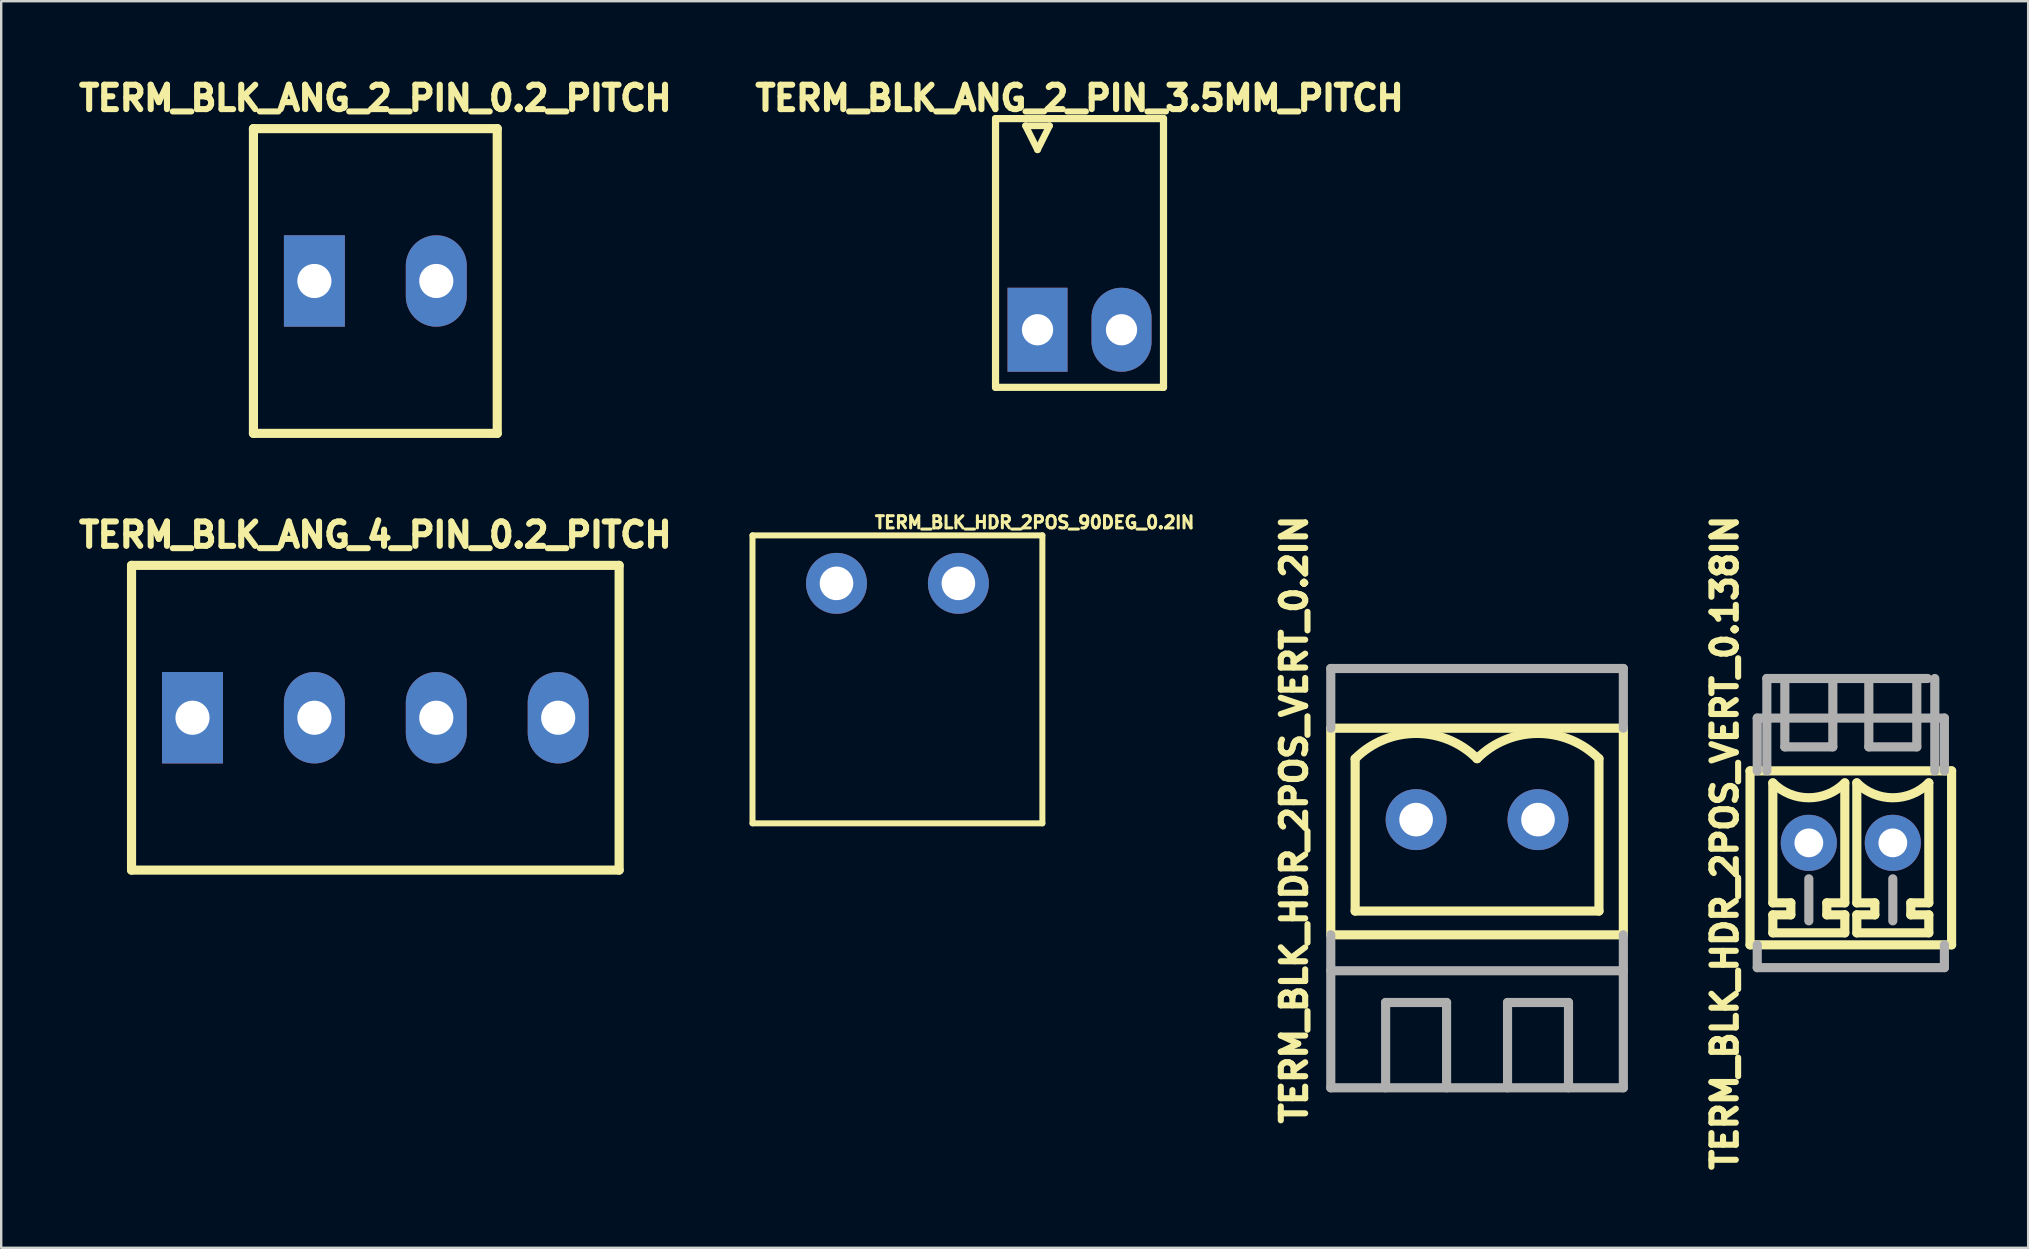
<source format=kicad_pcb>
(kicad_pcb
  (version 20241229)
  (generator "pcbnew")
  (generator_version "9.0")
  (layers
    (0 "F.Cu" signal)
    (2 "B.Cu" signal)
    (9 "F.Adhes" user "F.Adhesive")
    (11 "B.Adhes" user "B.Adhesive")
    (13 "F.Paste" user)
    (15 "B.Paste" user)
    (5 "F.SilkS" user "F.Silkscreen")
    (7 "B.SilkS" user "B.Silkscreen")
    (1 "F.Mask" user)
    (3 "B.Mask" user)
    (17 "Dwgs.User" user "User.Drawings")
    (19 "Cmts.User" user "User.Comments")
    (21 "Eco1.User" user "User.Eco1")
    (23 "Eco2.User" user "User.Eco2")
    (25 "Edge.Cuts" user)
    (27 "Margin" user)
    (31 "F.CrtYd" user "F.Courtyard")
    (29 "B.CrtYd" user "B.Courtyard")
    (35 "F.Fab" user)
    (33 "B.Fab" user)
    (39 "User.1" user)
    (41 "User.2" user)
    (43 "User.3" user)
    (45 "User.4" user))
  (footprint "TERM_BLK_HDR_2POS_VERT_0.138IN"
    (layer "F.Cu")
    (at 74.081 32.075)
    (property "Reference" "TERM_BLK_HDR_2POS_VERT_0.138IN" (at -5.25 0 90) (layer "F.SilkS") (effects (font (size 1.016 1.016) (thickness 0.254))))
    (attr through_hole)
    (fp_line (start -4.2 -3) (end -4.2 4.25) (stroke (width 0.381) (type solid)) (layer "F.SilkS"))
    (fp_line (start -3.25 -2.5) (end -3.25 2.5) (stroke (width 0.381) (type solid)) (layer "F.SilkS"))
    (fp_line (start -3.25 2.5) (end -2.5 2.5) (stroke (width 0.381) (type solid)) (layer "F.SilkS"))
    (fp_line (start -3.25 3) (end -3.25 3.75) (stroke (width 0.381) (type solid)) (layer "F.SilkS"))
    (fp_line (start -3.25 3.75) (end -0.25 3.75) (stroke (width 0.381) (type solid)) (layer "F.SilkS"))
    (fp_line (start -2.5 2.5) (end -2.5 3) (stroke (width 0.381) (type solid)) (layer "F.SilkS"))
    (fp_line (start -2.5 3) (end -3.25 3) (stroke (width 0.381) (type solid)) (layer "F.SilkS"))
    (fp_line (start -1 2.5) (end -1 3) (stroke (width 0.381) (type solid)) (layer "F.SilkS"))
    (fp_line (start -1 3) (end -0.25 3) (stroke (width 0.381) (type solid)) (layer "F.SilkS"))
    (fp_line (start -0.25 -2.5) (end -0.25 2.5) (stroke (width 0.381) (type solid)) (layer "F.SilkS"))
    (fp_line (start -0.25 2.5) (end -1 2.5) (stroke (width 0.381) (type solid)) (layer "F.SilkS"))
    (fp_line (start -0.25 3) (end -0.25 3.75) (stroke (width 0.381) (type solid)) (layer "F.SilkS"))
    (fp_line (start 0.25 -2.5) (end 0.25 2.5) (stroke (width 0.381) (type solid)) (layer "F.SilkS"))
    (fp_line (start 0.25 2.5) (end 1 2.5) (stroke (width 0.381) (type solid)) (layer "F.SilkS"))
    (fp_line (start 0.25 3) (end 0.25 3.75) (stroke (width 0.381) (type solid)) (layer "F.SilkS"))
    (fp_line (start 0.25 3.75) (end 3.25 3.75) (stroke (width 0.381) (type solid)) (layer "F.SilkS"))
    (fp_line (start 1 2.5) (end 1 3) (stroke (width 0.381) (type solid)) (layer "F.SilkS"))
    (fp_line (start 1 3) (end 0.25 3) (stroke (width 0.381) (type solid)) (layer "F.SilkS"))
    (fp_line (start 2.5 2.5) (end 2.5 3) (stroke (width 0.381) (type solid)) (layer "F.SilkS"))
    (fp_line (start 2.5 3) (end 3.25 3) (stroke (width 0.381) (type solid)) (layer "F.SilkS"))
    (fp_line (start 3.25 -2.5) (end 3.25 2.5) (stroke (width 0.381) (type solid)) (layer "F.SilkS"))
    (fp_line (start 3.25 2.5) (end 2.5 2.5) (stroke (width 0.381) (type solid)) (layer "F.SilkS"))
    (fp_line (start 3.25 3) (end 3.25 3.75) (stroke (width 0.381) (type solid)) (layer "F.SilkS"))
    (fp_line (start 4.2 -3) (end -4.2 -3) (stroke (width 0.381) (type solid)) (layer "F.SilkS"))
    (fp_line (start 4.2 -3) (end 4.2 4.25) (stroke (width 0.381) (type solid)) (layer "F.SilkS"))
    (fp_line (start 4.2 4.25) (end -4.2 4.25) (stroke (width 0.381) (type solid)) (layer "F.SilkS"))
    (fp_arc (start -0.25 -2.5) (mid -1.75 -1.87868) (end -3.25 -2.5) (stroke (width 0.381) (type solid)) (layer "F.SilkS"))
    (fp_arc (start 3.25 -2.5) (mid 1.75 -1.87868) (end 0.25 -2.5) (stroke (width 0.381) (type solid)) (layer "F.SilkS"))
    (fp_line (start -3.9 -5.2) (end 3.9 -5.2) (stroke (width 0.381) (type solid)) (layer "F.Fab"))
    (fp_line (start -3.9 -3) (end -3.9 -5.2) (stroke (width 0.381) (type solid)) (layer "F.Fab"))
    (fp_line (start -3.9 4.25) (end -3.9 5.2) (stroke (width 0.381) (type solid)) (layer "F.Fab"))
    (fp_line (start -3.9 5.2) (end 3.9 5.2) (stroke (width 0.381) (type solid)) (layer "F.Fab"))
    (fp_line (start -3.5 -6.85) (end 3.2 -6.85) (stroke (width 0.381) (type solid)) (layer "F.Fab"))
    (fp_line (start -3.5 -3) (end -3.5 -6.85) (stroke (width 0.381) (type solid)) (layer "F.Fab"))
    (fp_line (start -2.75 -6.75) (end -2.75 -4) (stroke (width 0.381) (type solid)) (layer "F.Fab"))
    (fp_line (start -2.75 -4) (end -0.75 -4) (stroke (width 0.381) (type solid)) (layer "F.Fab"))
    (fp_line (start -1.75 1.5) (end -1.75 3.25) (stroke (width 0.381) (type solid)) (layer "F.Fab"))
    (fp_line (start -0.75 -4) (end -0.75 -6.75) (stroke (width 0.381) (type solid)) (layer "F.Fab"))
    (fp_line (start 0.75 -6.75) (end 0.75 -4) (stroke (width 0.381) (type solid)) (layer "F.Fab"))
    (fp_line (start 0.75 -4) (end 2.75 -4) (stroke (width 0.381) (type solid)) (layer "F.Fab"))
    (fp_line (start 1.75 1.5) (end 1.75 3.25) (stroke (width 0.381) (type solid)) (layer "F.Fab"))
    (fp_line (start 2.75 -4) (end 2.75 -6.75) (stroke (width 0.381) (type solid)) (layer "F.Fab"))
    (fp_line (start 3.5 -6.85) (end 3.5 -3) (stroke (width 0.381) (type solid)) (layer "F.Fab"))
    (fp_line (start 3.9 -5.2) (end 3.9 -3) (stroke (width 0.381) (type solid)) (layer "F.Fab"))
    (fp_line (start 3.9 5.2) (end 3.9 4.25) (stroke (width 0.381) (type solid)) (layer "F.Fab"))
    (pad "1" thru_hole circle (at 1.75 0) (size 2.34 2.34) (drill 1.2) (layers "*.Cu" "*.Mask"))
    (pad "2" thru_hole circle (at -1.75 0) (size 2.34 2.34) (drill 1.2) (layers "*.Cu" "*.Mask")))
  (footprint "TERM_BLK_HDR_2POS_90DEG_0.2IN"
    (layer "F.Cu")
    (at 34.35 21.261)
    (property "Reference" "TERM_BLK_HDR_2POS_90DEG_0.2IN" (at 5.715 -2.54 180) (layer "F.SilkS") (effects (font (size 0.508 0.508) (thickness 0.127))))
    (property "Value" "${VALUE}" (at -5.715 -2.54 180) (layer "F.Fab") (hide yes) (effects (font (size 0.508 0.508) (thickness 0.127))))
    (attr through_hole)
    (fp_line (start -6.04 -2) (end -6.04 10) (stroke (width 0.25) (type solid)) (layer "F.SilkS"))
    (fp_line (start -6.04 -2) (end 6.04 -2) (stroke (width 0.25) (type solid)) (layer "F.SilkS"))
    (fp_line (start -6.04 10) (end 6.04 10) (stroke (width 0.25) (type solid)) (layer "F.SilkS"))
    (fp_line (start 6.04 -2) (end 6.04 10) (stroke (width 0.25) (type solid)) (layer "F.SilkS"))
    (pad "1" thru_hole circle (at 2.54 0) (size 2.54 2.54) (drill 1.4) (layers "*.Cu" "*.Mask"))
    (pad "2" thru_hole circle (at -2.54 0) (size 2.54 2.54) (drill 1.4) (layers "*.Cu" "*.Mask")))
  (footprint "TERM_BLK_ANG_2_PIN_3.5MM_PITCH"
    (layer "F.Cu")
    (at 41.938 10.692)
    (property "Reference" "TERM_BLK_ANG_2_PIN_3.5MM_PITCH" (at 0 -9.652 0) (layer "F.SilkS") (effects (font (size 1.016 1.016) (thickness 0.254))))
    (attr through_hole)
    (fp_line (start -3.5 -8.8) (end -3.5 2.4) (stroke (width 0.3) (type solid)) (layer "F.SilkS"))
    (fp_line (start -3.5 -8.8) (end 3.5 -8.8) (stroke (width 0.3) (type solid)) (layer "F.SilkS"))
    (fp_line (start -3.5 2.4) (end 3.5 2.4) (stroke (width 0.3) (type solid)) (layer "F.SilkS"))
    (fp_line (start -2.25 -8.5) (end -1.25 -8.5) (stroke (width 0.279) (type solid)) (layer "F.SilkS"))
    (fp_line (start -1.75 -7.5) (end -2.25 -8.5) (stroke (width 0.279) (type solid)) (layer "F.SilkS"))
    (fp_line (start -1.25 -8.5) (end -1.75 -7.5) (stroke (width 0.279) (type solid)) (layer "F.SilkS"))
    (fp_line (start 3.5 -8.8) (end 3.5 2.4) (stroke (width 0.3) (type solid)) (layer "F.SilkS"))
    (pad "1" thru_hole rect (at -1.75 0) (size 2.5 3.5) (drill 1.3) (layers "*.Cu" "*.Mask"))
    (pad "2" thru_hole oval (at 1.75 0) (size 2.5 3.5) (drill 1.3) (layers "*.Cu" "*.Mask")))
  (footprint "TERM_BLK_ANG_2_PIN_0.2_PITCH"
    (layer "F.Cu")
    (at 12.592 8.66)
    (property "Reference" "TERM_BLK_ANG_2_PIN_0.2_PITCH" (at 0 -7.62 0) (layer "F.SilkS") (effects (font (size 1.016 1.016) (thickness 0.254))))
    (attr through_hole)
    (fp_line (start -5.08 -6.35) (end -5.08 6.35) (stroke (width 0.381) (type solid)) (layer "F.SilkS"))
    (fp_line (start -5.08 -6.35) (end 5.08 -6.35) (stroke (width 0.381) (type solid)) (layer "F.SilkS"))
    (fp_line (start -5.08 6.35) (end 5.08 6.35) (stroke (width 0.381) (type solid)) (layer "F.SilkS"))
    (fp_line (start 5.08 -6.35) (end 5.08 6.35) (stroke (width 0.381) (type solid)) (layer "F.SilkS"))
    (pad "1" thru_hole rect (at -2.54 0) (size 2.54 3.81) (drill 1.422) (layers "*.Cu" "*.Mask"))
    (pad "2" thru_hole oval (at 2.54 0) (size 2.54 3.81) (drill 1.422) (layers "*.Cu" "*.Mask")))
  (footprint "TERM_BLK_HDR_2POS_VERT_0.2IN"
    (layer "F.Cu")
    (at 58.505 31.107)
    (property "Reference" "TERM_BLK_HDR_2POS_VERT_0.2IN" (at -7.62 0 90) (layer "F.SilkS") (effects (font (size 1.016 1.016) (thickness 0.254))))
    (attr through_hole)
    (fp_line (start -6.096 -3.81) (end -6.096 4.801) (stroke (width 0.381) (type solid)) (layer "F.SilkS"))
    (fp_line (start -5.08 3.81) (end -5.08 -2.54) (stroke (width 0.381) (type solid)) (layer "F.SilkS"))
    (fp_line (start 5.08 -2.54) (end 5.08 3.81) (stroke (width 0.381) (type solid)) (layer "F.SilkS"))
    (fp_line (start 5.08 3.81) (end -5.08 3.81) (stroke (width 0.381) (type solid)) (layer "F.SilkS"))
    (fp_line (start 6.096 -3.81) (end -6.096 -3.81) (stroke (width 0.381) (type solid)) (layer "F.SilkS"))
    (fp_line (start 6.096 -3.81) (end 6.096 4.801) (stroke (width 0.381) (type solid)) (layer "F.SilkS"))
    (fp_line (start 6.096 4.801) (end -6.096 4.801) (stroke (width 0.381) (type solid)) (layer "F.SilkS"))
    (fp_arc (start -5.08 -2.54) (mid -2.54 -3.592102) (end 0 -2.54) (stroke (width 0.381) (type solid)) (layer "F.SilkS"))
    (fp_arc (start 0 -2.54) (mid 2.54 -3.592102) (end 5.08 -2.54) (stroke (width 0.381) (type solid)) (layer "F.SilkS"))
    (fp_line (start -6.096 -6.299) (end 6.096 -6.299) (stroke (width 0.381) (type solid)) (layer "F.Fab"))
    (fp_line (start -6.096 -3.81) (end -6.096 -6.299) (stroke (width 0.381) (type solid)) (layer "F.Fab"))
    (fp_line (start -6.096 6.299) (end 6.096 6.299) (stroke (width 0.381) (type solid)) (layer "F.Fab"))
    (fp_line (start -6.096 11.176) (end -6.096 4.801) (stroke (width 0.381) (type solid)) (layer "F.Fab"))
    (fp_line (start -3.81 7.62) (end -3.81 11.176) (stroke (width 0.381) (type solid)) (layer "F.Fab"))
    (fp_line (start -1.27 7.62) (end -3.81 7.62) (stroke (width 0.381) (type solid)) (layer "F.Fab"))
    (fp_line (start -1.27 11.176) (end -1.27 7.62) (stroke (width 0.381) (type solid)) (layer "F.Fab"))
    (fp_line (start 1.27 7.62) (end 3.81 7.62) (stroke (width 0.381) (type solid)) (layer "F.Fab"))
    (fp_line (start 1.27 11.176) (end 1.27 7.62) (stroke (width 0.381) (type solid)) (layer "F.Fab"))
    (fp_line (start 3.81 7.62) (end 3.81 11.176) (stroke (width 0.381) (type solid)) (layer "F.Fab"))
    (fp_line (start 6.096 -3.81) (end 6.096 -6.299) (stroke (width 0.381) (type solid)) (layer "F.Fab"))
    (fp_line (start 6.096 4.801) (end 6.096 11.176) (stroke (width 0.381) (type solid)) (layer "F.Fab"))
    (fp_line (start 6.096 11.176) (end -6.096 11.176) (stroke (width 0.381) (type solid)) (layer "F.Fab"))
    (pad "1" thru_hole circle (at 2.54 0) (size 2.54 2.54) (drill 1.4) (layers "*.Cu" "*.Mask"))
    (pad "2" thru_hole circle (at -2.54 0) (size 2.54 2.54) (drill 1.4) (layers "*.Cu" "*.Mask")))
  (footprint "TERM_BLK_ANG_4_PIN_0.2_PITCH"
    (layer "F.Cu")
    (at 12.592 26.861)
    (property "Reference" "TERM_BLK_ANG_4_PIN_0.2_PITCH" (at 0 -7.62 0) (layer "F.SilkS") (effects (font (size 1.016 1.016) (thickness 0.254))))
    (attr through_hole)
    (fp_line (start -10.16 -6.35) (end -10.16 6.35) (stroke (width 0.381) (type solid)) (layer "F.SilkS"))
    (fp_line (start -10.16 -6.35) (end 10.16 -6.35) (stroke (width 0.381) (type solid)) (layer "F.SilkS"))
    (fp_line (start -10.16 6.35) (end 10.16 6.35) (stroke (width 0.381) (type solid)) (layer "F.SilkS"))
    (fp_line (start 10.16 -6.35) (end 10.16 6.35) (stroke (width 0.381) (type solid)) (layer "F.SilkS"))
    (pad "1" thru_hole rect (at -7.62 0) (size 2.54 3.81) (drill 1.422) (layers "*.Cu" "*.Mask"))
    (pad "2" thru_hole oval (at -2.54 0) (size 2.54 3.81) (drill 1.422) (layers "*.Cu" "*.Mask"))
    (pad "3" thru_hole oval (at 2.54 0) (size 2.54 3.81) (drill 1.422) (layers "*.Cu" "*.Mask"))
    (pad "4" thru_hole oval (at 7.62 0) (size 2.54 3.81) (drill 1.422) (layers "*.Cu" "*.Mask")))
  (gr_rect
    (start -3 -3)
    (end 81.472 48.95)
    (stroke (width 0.1) (type default))
    (fill no)
    (layer "Edge.Cuts")))
</source>
